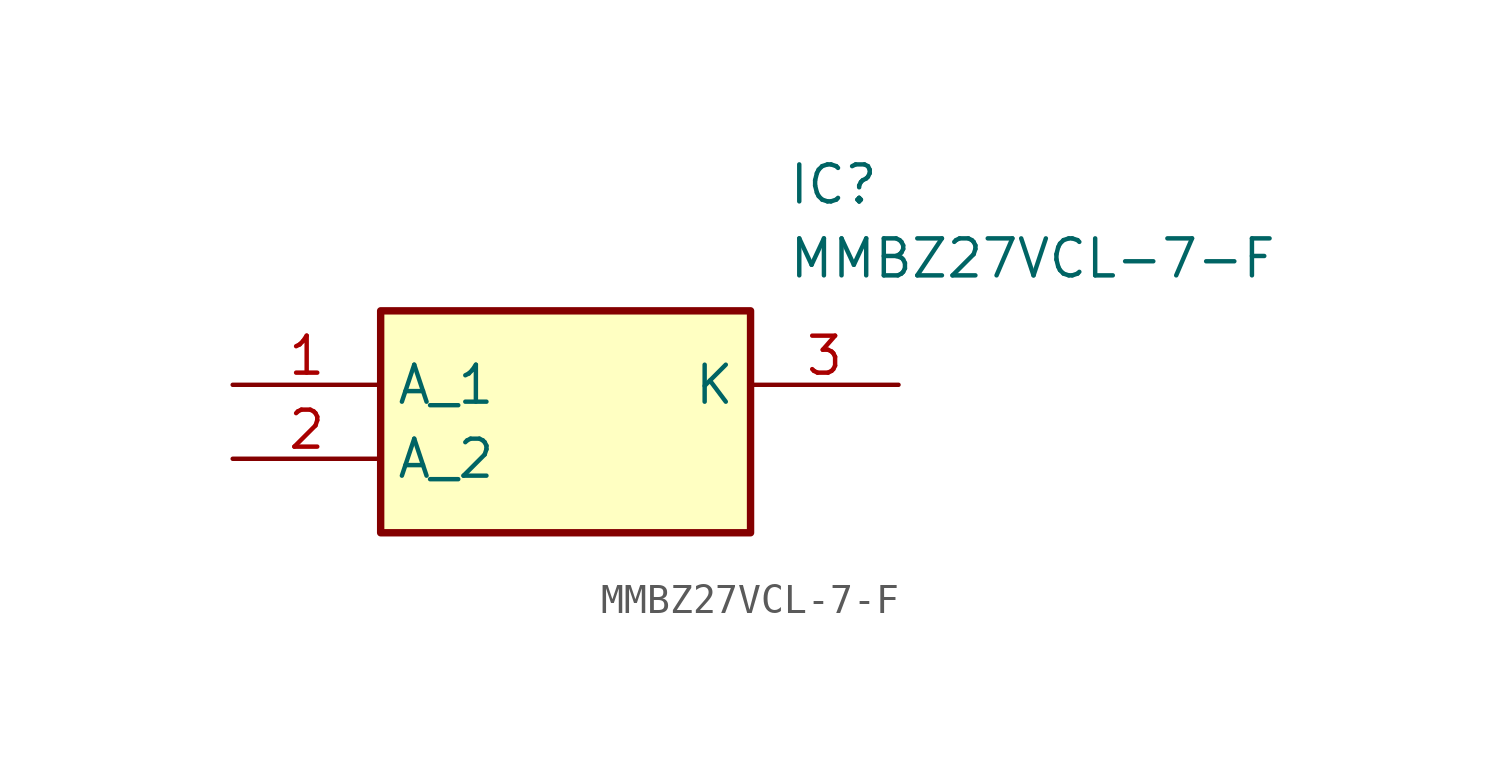
<source format=kicad_sym>
(kicad_symbol_lib
  (version 20211014)
  (generator SamacSys_ECAD_Model)
  (symbol "MMBZ27VCL-7-F"
    (property "Reference" "IC"
      (at 19.05 7.62 0)
      (effects (font (size 1.27 1.27)) (justify left top)))
    (property "Value" "MMBZ27VCL-7-F"
      (at 19.05 5.08 0)
      (effects (font (size 1.27 1.27)) (justify left top)))
    (rectangle
      (start 5.08 2.54)
      (end 17.78 -5.08)
      (stroke (width 0.254) (type default))
      (fill (type background)))
    (pin passive line
      (at 0 0 0)
      (length 5.08)
      (name "A_1" (effects (font (size 1.27 1.27))))
      (number "1" (effects (font (size 1.27 1.27)))))
    (pin passive line
      (at 0 -2.54 0)
      (length 5.08)
      (name "A_2" (effects (font (size 1.27 1.27))))
      (number "2" (effects (font (size 1.27 1.27)))))
    (pin passive line
      (at 22.86 0 180)
      (length 5.08)
      (name "K" (effects (font (size 1.27 1.27))))
      (number "3" (effects (font (size 1.27 1.27)))))))
</source>
